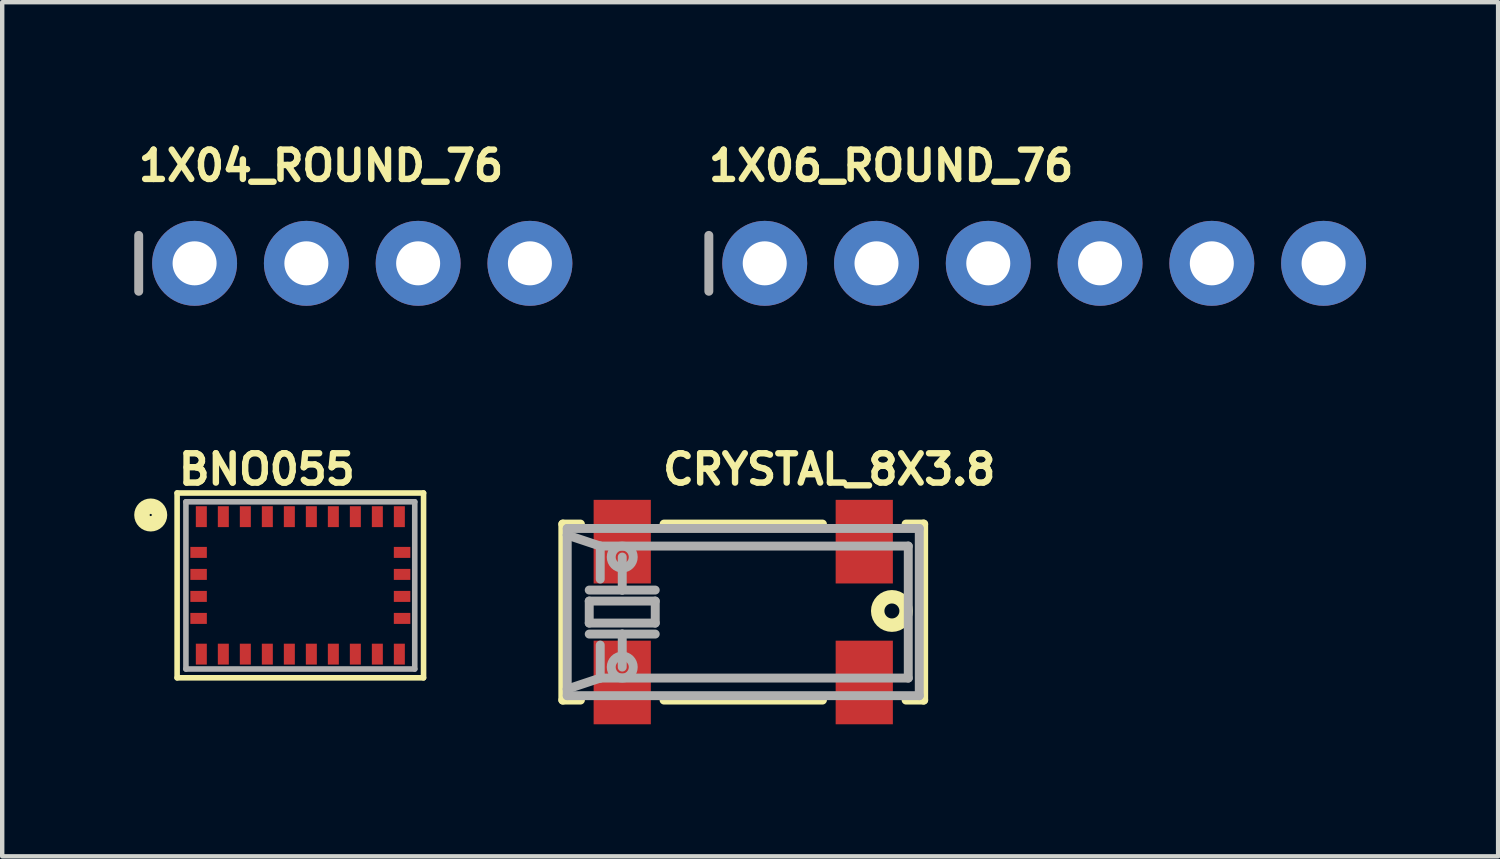
<source format=kicad_pcb>
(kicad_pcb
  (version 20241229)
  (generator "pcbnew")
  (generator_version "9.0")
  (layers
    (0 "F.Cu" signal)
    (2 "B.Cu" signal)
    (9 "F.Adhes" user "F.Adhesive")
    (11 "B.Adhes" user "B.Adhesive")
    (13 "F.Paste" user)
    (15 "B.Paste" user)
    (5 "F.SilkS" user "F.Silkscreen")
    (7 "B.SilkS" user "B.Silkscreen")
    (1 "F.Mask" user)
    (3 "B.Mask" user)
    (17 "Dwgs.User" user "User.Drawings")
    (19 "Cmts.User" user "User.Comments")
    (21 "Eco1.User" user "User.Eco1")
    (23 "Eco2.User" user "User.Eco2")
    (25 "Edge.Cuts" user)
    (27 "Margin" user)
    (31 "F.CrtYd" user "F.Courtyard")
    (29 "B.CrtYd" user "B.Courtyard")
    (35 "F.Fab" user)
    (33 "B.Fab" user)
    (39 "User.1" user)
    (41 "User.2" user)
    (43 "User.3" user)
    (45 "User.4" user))
  (footprint "1X04_ROUND_76"
    (layer "F.Cu")
    (at 5.182 2.934)
    (property "Reference" "1X04_ROUND_76" (at -5.156 -1.829 0) (layer "F.SilkS") (effects (font (size 0.666 0.666) (thickness 0.146)) (justify left bottom)))
    (fp_line (start -5.08 -0.635) (end -5.08 0.635) (stroke (width 0.203) (type solid)) (layer "F.Fab"))
    (fp_poly (pts (xy -4.064 0.254) (xy -3.556 0.254) (xy -3.556 -0.254) (xy -4.064 -0.254)) (stroke (width 0.1) (type solid)) (fill no) (layer "F.Fab"))
    (fp_poly (pts (xy -1.524 0.254) (xy -1.016 0.254) (xy -1.016 -0.254) (xy -1.524 -0.254)) (stroke (width 0.1) (type solid)) (fill no) (layer "F.Fab"))
    (fp_poly (pts (xy 1.016 0.254) (xy 1.524 0.254) (xy 1.524 -0.254) (xy 1.016 -0.254)) (stroke (width 0.1) (type solid)) (fill no) (layer "F.Fab"))
    (fp_poly (pts (xy 3.556 0.254) (xy 4.064 0.254) (xy 4.064 -0.254) (xy 3.556 -0.254)) (stroke (width 0.1) (type solid)) (fill no) (layer "F.Fab"))
    (pad "1" thru_hole circle (at -3.81 0 90) (size 1.93 1.93) (drill 1) (layers "*.Cu" "*.Mask"))
    (pad "2" thru_hole circle (at -1.27 0 90) (size 1.93 1.93) (drill 1) (layers "*.Cu" "*.Mask"))
    (pad "3" thru_hole circle (at 1.27 0 90) (size 1.93 1.93) (drill 1) (layers "*.Cu" "*.Mask"))
    (pad "4" thru_hole circle (at 3.81 0 90) (size 1.93 1.93) (drill 1) (layers "*.Cu" "*.Mask")))
  (footprint "BNO055"
    (layer "F.Cu")
    (at 3.775 10.253)
    (property "Reference" "BNO055" (at -2.84 -2.248 0) (layer "F.SilkS") (effects (font (size 0.666 0.666) (thickness 0.146)) (justify left bottom)))
    (fp_line (start -2.8 -2.1) (end 2.8 -2.1) (stroke (width 0.127) (type solid)) (layer "F.SilkS"))
    (fp_line (start -2.8 2.1) (end -2.8 -2.1) (stroke (width 0.127) (type solid)) (layer "F.SilkS"))
    (fp_line (start 2.8 -2.1) (end 2.8 2.1) (stroke (width 0.127) (type solid)) (layer "F.SilkS"))
    (fp_line (start 2.8 2.1) (end -2.8 2.1) (stroke (width 0.127) (type solid)) (layer "F.SilkS"))
    (fp_circle (center -3.4 -1.6) (end -3.2 -1.6) (stroke (width 0.35) (type solid)) (fill no) (layer "F.SilkS"))
    (fp_line (start -2.6 -1.9) (end 2.6 -1.9) (stroke (width 0.127) (type solid)) (layer "F.Fab"))
    (fp_line (start -2.6 1.9) (end -2.6 -1.9) (stroke (width 0.127) (type solid)) (layer "F.Fab"))
    (fp_line (start 2.6 -1.9) (end 2.6 1.9) (stroke (width 0.127) (type solid)) (layer "F.Fab"))
    (fp_line (start 2.6 1.9) (end -2.6 1.9) (stroke (width 0.127) (type solid)) (layer "F.Fab"))
    (pad "1" smd rect (at -2.25 -1.562) (size 0.25 0.475) (layers "F.Cu" "F.Mask" "F.Paste"))
    (pad "2" smd rect (at -2.312 -0.75) (size 0.375 0.25) (layers "F.Cu" "F.Mask" "F.Paste"))
    (pad "3" smd rect (at -2.312 -0.25) (size 0.375 0.25) (layers "F.Cu" "F.Mask" "F.Paste"))
    (pad "4" smd rect (at -2.312 0.25) (size 0.375 0.25) (layers "F.Cu" "F.Mask" "F.Paste"))
    (pad "5" smd rect (at -2.312 0.75) (size 0.375 0.25) (layers "F.Cu" "F.Mask" "F.Paste"))
    (pad "6" smd rect (at -2.25 1.562) (size 0.25 0.475) (layers "F.Cu" "F.Mask" "F.Paste"))
    (pad "7" smd rect (at -1.75 1.562) (size 0.25 0.475) (layers "F.Cu" "F.Mask" "F.Paste"))
    (pad "8" smd rect (at -1.25 1.562) (size 0.25 0.475) (layers "F.Cu" "F.Mask" "F.Paste"))
    (pad "9" smd rect (at -0.75 1.562) (size 0.25 0.475) (layers "F.Cu" "F.Mask" "F.Paste"))
    (pad "10" smd rect (at -0.25 1.562) (size 0.25 0.475) (layers "F.Cu" "F.Mask" "F.Paste"))
    (pad "11" smd rect (at 0.25 1.562) (size 0.25 0.475) (layers "F.Cu" "F.Mask" "F.Paste"))
    (pad "12" smd rect (at 0.75 1.562) (size 0.25 0.475) (layers "F.Cu" "F.Mask" "F.Paste"))
    (pad "13" smd rect (at 1.25 1.562) (size 0.25 0.475) (layers "F.Cu" "F.Mask" "F.Paste"))
    (pad "14" smd rect (at 1.75 1.562) (size 0.25 0.475) (layers "F.Cu" "F.Mask" "F.Paste"))
    (pad "15" smd rect (at 2.25 1.562) (size 0.25 0.475) (layers "F.Cu" "F.Mask" "F.Paste"))
    (pad "16" smd rect (at 2.312 0.75) (size 0.375 0.25) (layers "F.Cu" "F.Mask" "F.Paste"))
    (pad "17" smd rect (at 2.312 0.25) (size 0.375 0.25) (layers "F.Cu" "F.Mask" "F.Paste"))
    (pad "18" smd rect (at 2.312 -0.25) (size 0.375 0.25) (layers "F.Cu" "F.Mask" "F.Paste"))
    (pad "19" smd rect (at 2.312 -0.75) (size 0.375 0.25) (layers "F.Cu" "F.Mask" "F.Paste"))
    (pad "20" smd rect (at 2.25 -1.562) (size 0.25 0.475) (layers "F.Cu" "F.Mask" "F.Paste"))
    (pad "21" smd rect (at 1.75 -1.562) (size 0.25 0.475) (layers "F.Cu" "F.Mask" "F.Paste"))
    (pad "22" smd rect (at 1.25 -1.562) (size 0.25 0.475) (layers "F.Cu" "F.Mask" "F.Paste"))
    (pad "23" smd rect (at 0.75 -1.562) (size 0.25 0.475) (layers "F.Cu" "F.Mask" "F.Paste"))
    (pad "24" smd rect (at 0.25 -1.562) (size 0.25 0.475) (layers "F.Cu" "F.Mask" "F.Paste"))
    (pad "25" smd rect (at -0.25 -1.562) (size 0.25 0.475) (layers "F.Cu" "F.Mask" "F.Paste"))
    (pad "26" smd rect (at -0.75 -1.562) (size 0.25 0.475) (layers "F.Cu" "F.Mask" "F.Paste"))
    (pad "27" smd rect (at -1.25 -1.562) (size 0.25 0.475) (layers "F.Cu" "F.Mask" "F.Paste"))
    (pad "28" smd rect (at -1.75 -1.562) (size 0.25 0.475) (layers "F.Cu" "F.Mask" "F.Paste")))
  (footprint "CRYSTAL_8X3.8"
    (layer "F.Cu")
    (at 13.84 10.859)
    (property "Reference" "CRYSTAL_8X3.8" (at -1.9 -2.854 0) (layer "F.SilkS") (effects (font (size 0.666 0.666) (thickness 0.146)) (justify left bottom)))
    (fp_line (start -4.1 -2) (end -4.1 2) (stroke (width 0.203) (type solid)) (layer "F.SilkS"))
    (fp_line (start -4.1 2) (end -3.7 2) (stroke (width 0.203) (type solid)) (layer "F.SilkS"))
    (fp_line (start -3.7 -2) (end -4.1 -2) (stroke (width 0.203) (type solid)) (layer "F.SilkS"))
    (fp_line (start -1.8 -2) (end 1.8 -2) (stroke (width 0.203) (type solid)) (layer "F.SilkS"))
    (fp_line (start -1.8 2) (end 1.8 2) (stroke (width 0.203) (type solid)) (layer "F.SilkS"))
    (fp_line (start 3.7 -2) (end 4.1 -2) (stroke (width 0.203) (type solid)) (layer "F.SilkS"))
    (fp_line (start 4.1 -2) (end 4.1 2) (stroke (width 0.203) (type solid)) (layer "F.SilkS"))
    (fp_line (start 4.1 2) (end 3.7 2) (stroke (width 0.203) (type solid)) (layer "F.SilkS"))
    (fp_circle (center 3.378 -0.025) (end 3.701 -0.025) (stroke (width 0.305) (type solid)) (fill no) (layer "F.SilkS"))
    (fp_line (start -4 -1.9) (end 4 -1.9) (stroke (width 0.203) (type solid)) (layer "F.Fab"))
    (fp_line (start -4 -1.75) (end -4 -1.9) (stroke (width 0.203) (type solid)) (layer "F.Fab"))
    (fp_line (start -4 -1.75) (end -3.25 -1.5) (stroke (width 0.203) (type solid)) (layer "F.Fab"))
    (fp_line (start -4 1.75) (end -4 -1.75) (stroke (width 0.203) (type solid)) (layer "F.Fab"))
    (fp_line (start -4 1.75) (end -3.25 1.5) (stroke (width 0.203) (type solid)) (layer "F.Fab"))
    (fp_line (start -4 1.9) (end -4 1.75) (stroke (width 0.203) (type solid)) (layer "F.Fab"))
    (fp_line (start -3.5 -0.5) (end -2.75 -0.5) (stroke (width 0.203) (type solid)) (layer "F.Fab"))
    (fp_line (start -3.5 -0.25) (end -2 -0.25) (stroke (width 0.203) (type solid)) (layer "F.Fab"))
    (fp_line (start -3.5 0.25) (end -3.5 -0.25) (stroke (width 0.203) (type solid)) (layer "F.Fab"))
    (fp_line (start -3.5 0.5) (end -2.75 0.5) (stroke (width 0.203) (type solid)) (layer "F.Fab"))
    (fp_line (start -3.25 -1.5) (end -3.25 -0.75) (stroke (width 0.203) (type solid)) (layer "F.Fab"))
    (fp_line (start -3.25 -1.5) (end 3.75 -1.5) (stroke (width 0.203) (type solid)) (layer "F.Fab"))
    (fp_line (start -3.25 1.5) (end -3.25 0.75) (stroke (width 0.203) (type solid)) (layer "F.Fab"))
    (fp_line (start -2.75 -0.5) (end -2.75 -1.25) (stroke (width 0.203) (type solid)) (layer "F.Fab"))
    (fp_line (start -2.75 -0.5) (end -2 -0.5) (stroke (width 0.203) (type solid)) (layer "F.Fab"))
    (fp_line (start -2.75 0.5) (end -2.75 1.25) (stroke (width 0.203) (type solid)) (layer "F.Fab"))
    (fp_line (start -2.75 0.5) (end -2 0.5) (stroke (width 0.203) (type solid)) (layer "F.Fab"))
    (fp_line (start -2 -0.25) (end -2 0.25) (stroke (width 0.203) (type solid)) (layer "F.Fab"))
    (fp_line (start -2 0.25) (end -3.5 0.25) (stroke (width 0.203) (type solid)) (layer "F.Fab"))
    (fp_line (start 3.75 -1.5) (end 3.75 1.5) (stroke (width 0.203) (type solid)) (layer "F.Fab"))
    (fp_line (start 3.75 1.5) (end -3.25 1.5) (stroke (width 0.203) (type solid)) (layer "F.Fab"))
    (fp_line (start 4 -1.9) (end 4 1.9) (stroke (width 0.203) (type solid)) (layer "F.Fab"))
    (fp_line (start 4 1.9) (end -4 1.9) (stroke (width 0.203) (type solid)) (layer "F.Fab"))
    (fp_circle (center -2.75 -1.25) (end -2.5 -1.25) (stroke (width 0.203) (type solid)) (fill no) (layer "F.Fab"))
    (fp_circle (center -2.75 1.25) (end -2.5 1.25) (stroke (width 0.203) (type solid)) (fill no) (layer "F.Fab"))
    (pad "P$1" smd rect (at -2.75 1.6) (size 1.3 1.9) (layers "F.Cu" "F.Mask" "F.Paste"))
    (pad "P$2" smd rect (at 2.75 1.6) (size 1.3 1.9) (layers "F.Cu" "F.Mask" "F.Paste"))
    (pad "P$3" smd rect (at 2.75 -1.6) (size 1.3 1.9) (layers "F.Cu" "F.Mask" "F.Paste"))
    (pad "P$4" smd rect (at -2.75 -1.6) (size 1.3 1.9) (layers "F.Cu" "F.Mask" "F.Paste")))
  (footprint "1X06_ROUND_76"
    (layer "F.Cu")
    (at 20.678 2.934)
    (property "Reference" "1X06_ROUND_76" (at -7.696 -1.829 0) (layer "F.SilkS") (effects (font (size 0.666 0.666) (thickness 0.146)) (justify left bottom)))
    (fp_line (start -7.62 -0.635) (end -7.62 0.635) (stroke (width 0.203) (type solid)) (layer "F.Fab"))
    (fp_poly (pts (xy -6.604 0.254) (xy -6.096 0.254) (xy -6.096 -0.254) (xy -6.604 -0.254)) (stroke (width 0.1) (type solid)) (fill no) (layer "F.Fab"))
    (fp_poly (pts (xy -4.064 0.254) (xy -3.556 0.254) (xy -3.556 -0.254) (xy -4.064 -0.254)) (stroke (width 0.1) (type solid)) (fill no) (layer "F.Fab"))
    (fp_poly (pts (xy -1.524 0.254) (xy -1.016 0.254) (xy -1.016 -0.254) (xy -1.524 -0.254)) (stroke (width 0.1) (type solid)) (fill no) (layer "F.Fab"))
    (fp_poly (pts (xy 1.016 0.254) (xy 1.524 0.254) (xy 1.524 -0.254) (xy 1.016 -0.254)) (stroke (width 0.1) (type solid)) (fill no) (layer "F.Fab"))
    (fp_poly (pts (xy 3.556 0.254) (xy 4.064 0.254) (xy 4.064 -0.254) (xy 3.556 -0.254)) (stroke (width 0.1) (type solid)) (fill no) (layer "F.Fab"))
    (fp_poly (pts (xy 6.096 0.254) (xy 6.604 0.254) (xy 6.604 -0.254) (xy 6.096 -0.254)) (stroke (width 0.1) (type solid)) (fill no) (layer "F.Fab"))
    (pad "1" thru_hole circle (at -6.35 0 90) (size 1.93 1.93) (drill 1) (layers "*.Cu" "*.Mask"))
    (pad "2" thru_hole circle (at -3.81 0 90) (size 1.93 1.93) (drill 1) (layers "*.Cu" "*.Mask"))
    (pad "3" thru_hole circle (at -1.27 0 90) (size 1.93 1.93) (drill 1) (layers "*.Cu" "*.Mask"))
    (pad "4" thru_hole circle (at 1.27 0 90) (size 1.93 1.93) (drill 1) (layers "*.Cu" "*.Mask"))
    (pad "5" thru_hole circle (at 3.81 0 90) (size 1.93 1.93) (drill 1) (layers "*.Cu" "*.Mask"))
    (pad "6" thru_hole circle (at 6.35 0 90) (size 1.93 1.93) (drill 1) (layers "*.Cu" "*.Mask")))
  (gr_rect
    (start -3 -3)
    (end 30.994 16.409)
    (stroke (width 0.1) (type default))
    (fill no)
    (layer "Edge.Cuts")))
</source>
